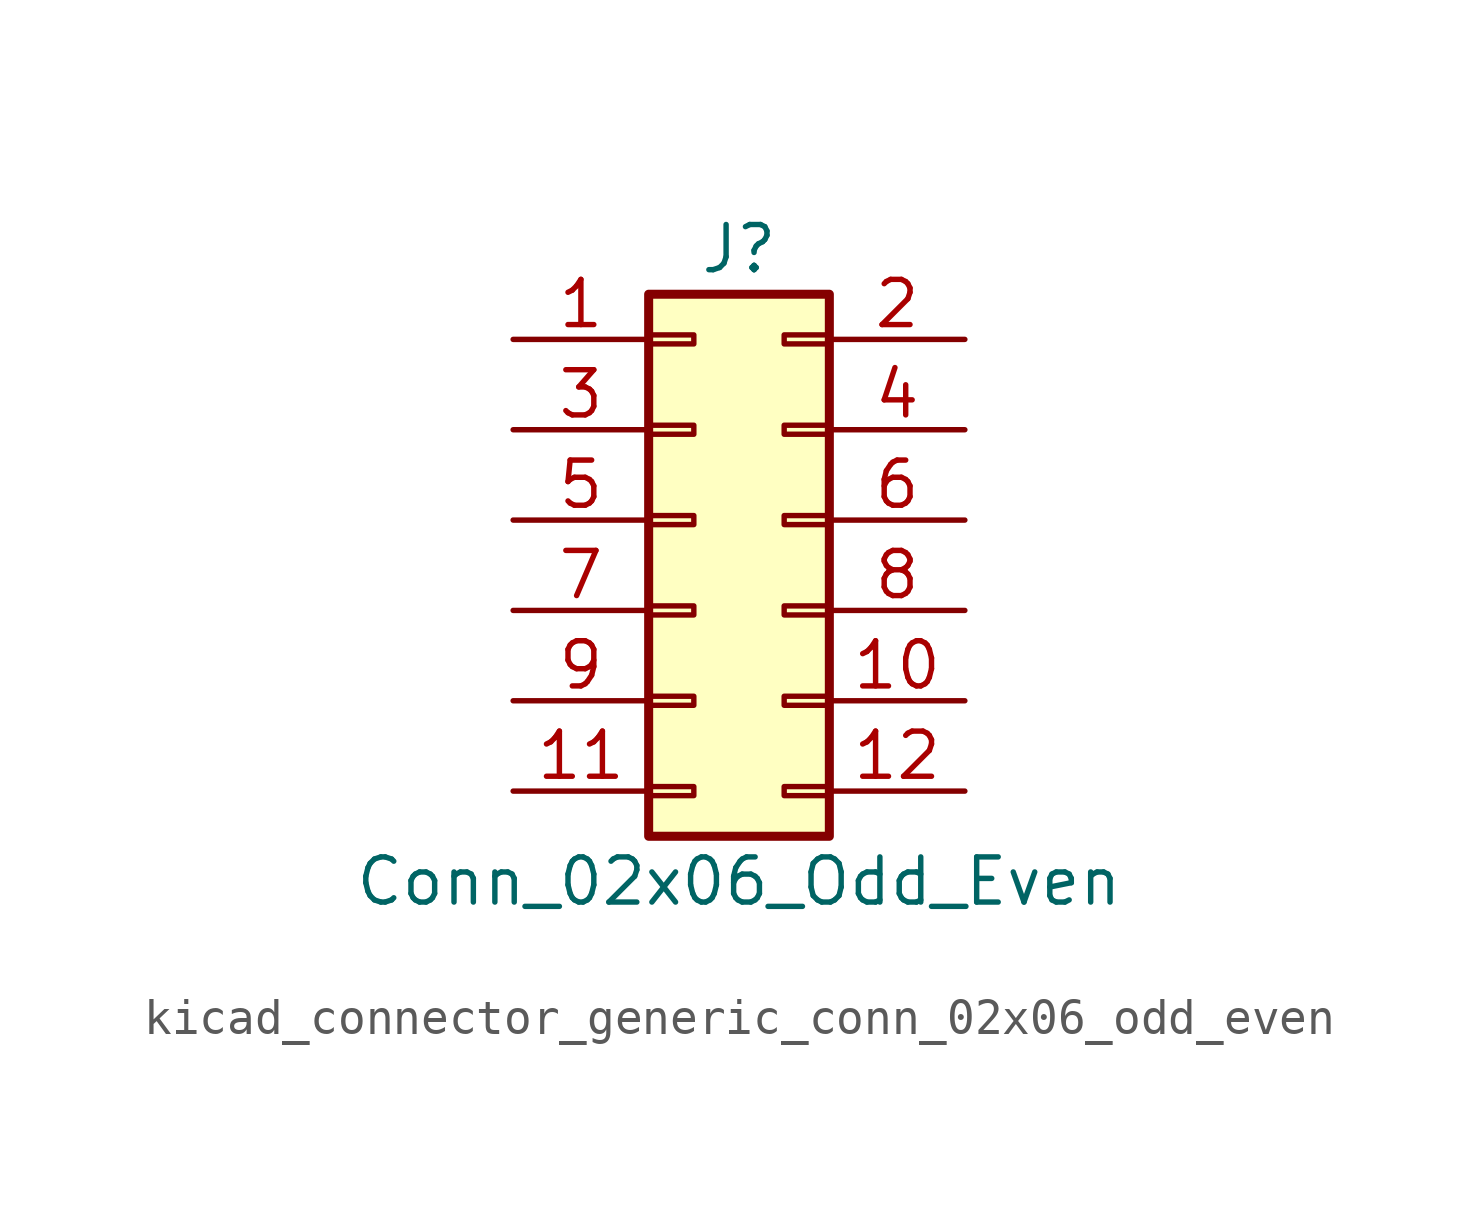
<source format=kicad_sym>
(kicad_symbol_lib
  (version 20220914)
  (generator kicad_symbol_editor)
  (symbol "kicad_connector_generic_conn_02x06_odd_even"
    (pin_names
      (offset 1.016) hide)
    (property "Reference" "J"
      (at 1.27 7.62 0)
      (effects (font (size 1.27 1.27))))
    (property "Value" "Conn_02x06_Odd_Even"
      (at 1.27 -10.16 0)
      (effects (font (size 1.27 1.27))))
    (symbol "kicad_connector_generic_conn_02x06_odd_even_1_1"
      (rectangle (start -1.27 -7.493) (end 0 -7.747) (stroke (width 0.152) (type default)) (fill (type none)))
      (rectangle (start -1.27 -4.953) (end 0 -5.207) (stroke (width 0.152) (type default)) (fill (type none)))
      (rectangle (start -1.27 -2.413) (end 0 -2.667) (stroke (width 0.152) (type default)) (fill (type none)))
      (rectangle (start -1.27 0.127) (end 0 -0.127) (stroke (width 0.152) (type default)) (fill (type none)))
      (rectangle (start -1.27 2.667) (end 0 2.413) (stroke (width 0.152) (type default)) (fill (type none)))
      (rectangle (start -1.27 5.207) (end 0 4.953) (stroke (width 0.152) (type default)) (fill (type none)))
      (rectangle (start -1.27 6.35) (end 3.81 -8.89) (stroke (width 0.254) (type default)) (fill (type background)))
      (rectangle (start 3.81 -7.493) (end 2.54 -7.747) (stroke (width 0.152) (type default)) (fill (type none)))
      (rectangle (start 3.81 -4.953) (end 2.54 -5.207) (stroke (width 0.152) (type default)) (fill (type none)))
      (rectangle (start 3.81 -2.413) (end 2.54 -2.667) (stroke (width 0.152) (type default)) (fill (type none)))
      (rectangle (start 3.81 0.127) (end 2.54 -0.127) (stroke (width 0.152) (type default)) (fill (type none)))
      (rectangle (start 3.81 2.667) (end 2.54 2.413) (stroke (width 0.152) (type default)) (fill (type none)))
      (rectangle (start 3.81 5.207) (end 2.54 4.953) (stroke (width 0.152) (type default)) (fill (type none)))
      (pin passive line (at -5.08 5.08 0) (length 3.81) (name "Pin_1" (effects (font (size 1.27 1.27)))) (number "1" (effects (font (size 1.27 1.27)))))
      (pin passive line (at 7.62 -5.08 180) (length 3.81) (name "Pin_10" (effects (font (size 1.27 1.27)))) (number "10" (effects (font (size 1.27 1.27)))))
      (pin passive line (at -5.08 -7.62 0) (length 3.81) (name "Pin_11" (effects (font (size 1.27 1.27)))) (number "11" (effects (font (size 1.27 1.27)))))
      (pin passive line (at 7.62 -7.62 180) (length 3.81) (name "Pin_12" (effects (font (size 1.27 1.27)))) (number "12" (effects (font (size 1.27 1.27)))))
      (pin passive line (at 7.62 5.08 180) (length 3.81) (name "Pin_2" (effects (font (size 1.27 1.27)))) (number "2" (effects (font (size 1.27 1.27)))))
      (pin passive line (at -5.08 2.54 0) (length 3.81) (name "Pin_3" (effects (font (size 1.27 1.27)))) (number "3" (effects (font (size 1.27 1.27)))))
      (pin passive line (at 7.62 2.54 180) (length 3.81) (name "Pin_4" (effects (font (size 1.27 1.27)))) (number "4" (effects (font (size 1.27 1.27)))))
      (pin passive line (at -5.08 0 0) (length 3.81) (name "Pin_5" (effects (font (size 1.27 1.27)))) (number "5" (effects (font (size 1.27 1.27)))))
      (pin passive line (at 7.62 0 180) (length 3.81) (name "Pin_6" (effects (font (size 1.27 1.27)))) (number "6" (effects (font (size 1.27 1.27)))))
      (pin passive line (at -5.08 -2.54 0) (length 3.81) (name "Pin_7" (effects (font (size 1.27 1.27)))) (number "7" (effects (font (size 1.27 1.27)))))
      (pin passive line (at 7.62 -2.54 180) (length 3.81) (name "Pin_8" (effects (font (size 1.27 1.27)))) (number "8" (effects (font (size 1.27 1.27)))))
      (pin passive line (at -5.08 -5.08 0) (length 3.81) (name "Pin_9" (effects (font (size 1.27 1.27)))) (number "9" (effects (font (size 1.27 1.27))))))))
</source>
